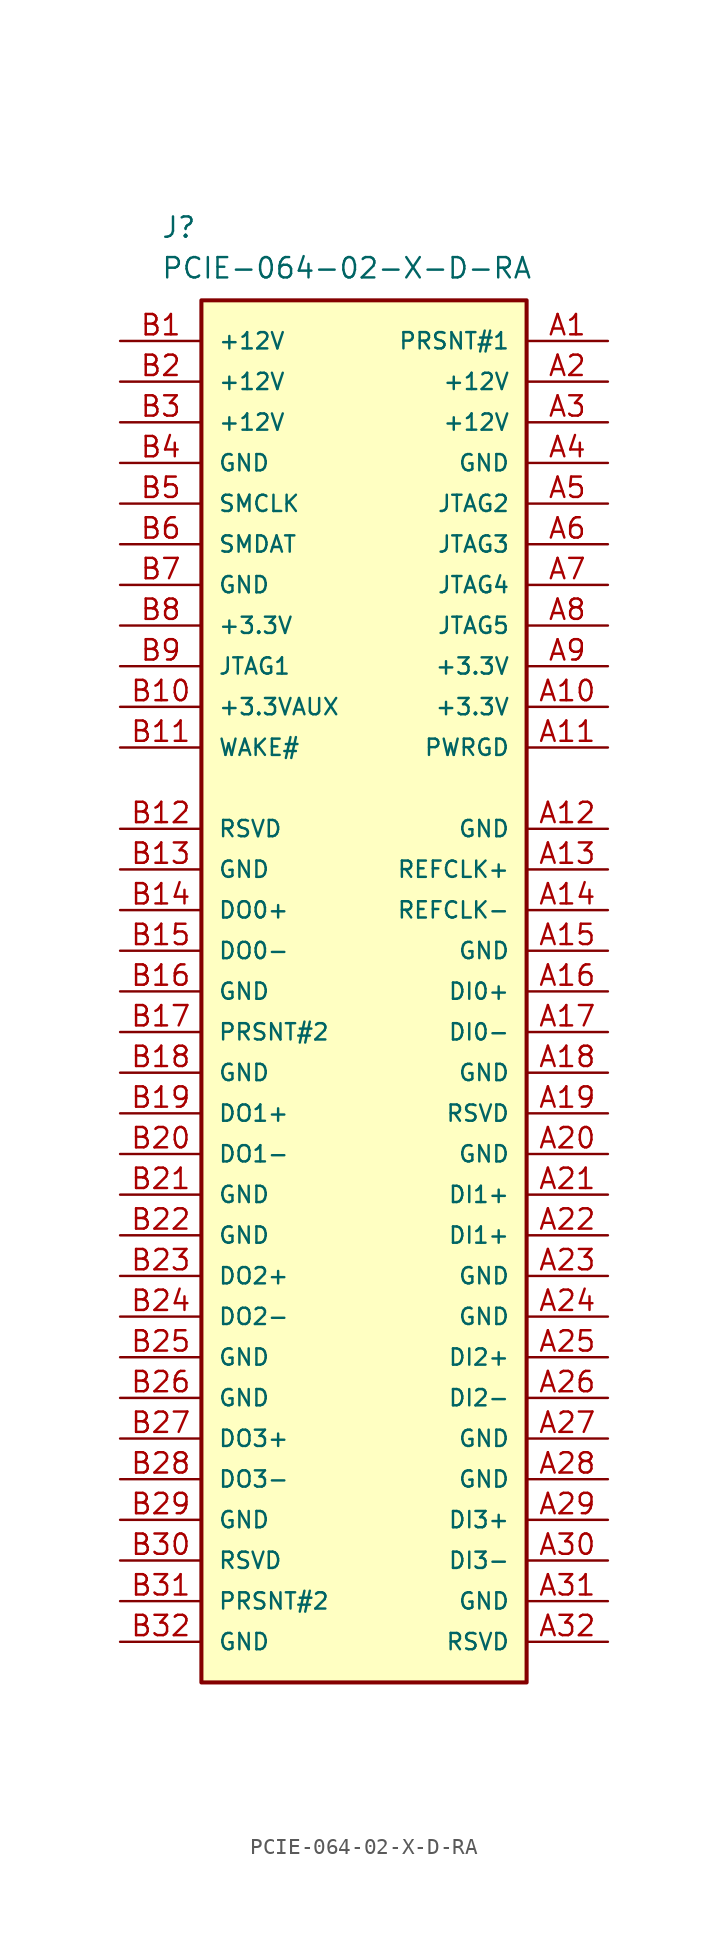
<source format=kicad_sym>
(kicad_symbol_lib
  (version 20220914)
  (generator kicad_symbol_editor)
  (symbol "PCIE-064-02-X-D-RA"
    (pin_names
      (offset 1.016))
    (property "Reference" "J"
      (at -12.7 49.53 0)
      (effects (font (size 1.27 1.27)) (justify left bottom)))
    (property "Value" "PCIE-064-02-X-D-RA"
      (at -12.7 46.99 0)
      (effects (font (size 1.27 1.27)) (justify left bottom)))
    (symbol "PCIE-064-02-X-D-RA_0_0"
      (rectangle (start -10.16 45.72) (end 10.16 -40.64) (stroke (width 0.254) (type default)) (fill (type background))))
    (symbol "PCIE-064-02-X-D-RA_1_1"
      (pin input line (at 15.24 43.18 180) (length 5.08) (name "PRSNT#1" (effects (font (size 1.016 1.016)))) (number "A1" (effects (font (size 1.27 1.27)))))
      (pin input line (at 15.24 20.32 180) (length 5.08) (name "+3.3V" (effects (font (size 1.016 1.016)))) (number "A10" (effects (font (size 1.27 1.27)))))
      (pin input line (at 15.24 17.78 180) (length 5.08) (name "PWRGD" (effects (font (size 1.016 1.016)))) (number "A11" (effects (font (size 1.27 1.27)))))
      (pin input line (at 15.24 12.7 180) (length 5.08) (name "GND" (effects (font (size 1.016 1.016)))) (number "A12" (effects (font (size 1.27 1.27)))))
      (pin input line (at 15.24 10.16 180) (length 5.08) (name "REFCLK+" (effects (font (size 1.016 1.016)))) (number "A13" (effects (font (size 1.27 1.27)))))
      (pin input line (at 15.24 7.62 180) (length 5.08) (name "REFCLK-" (effects (font (size 1.016 1.016)))) (number "A14" (effects (font (size 1.27 1.27)))))
      (pin input line (at 15.24 5.08 180) (length 5.08) (name "GND" (effects (font (size 1.016 1.016)))) (number "A15" (effects (font (size 1.27 1.27)))))
      (pin input line (at 15.24 2.54 180) (length 5.08) (name "DI0+" (effects (font (size 1.016 1.016)))) (number "A16" (effects (font (size 1.27 1.27)))))
      (pin input line (at 15.24 0 180) (length 5.08) (name "DI0-" (effects (font (size 1.016 1.016)))) (number "A17" (effects (font (size 1.27 1.27)))))
      (pin input line (at 15.24 -2.54 180) (length 5.08) (name "GND" (effects (font (size 1.016 1.016)))) (number "A18" (effects (font (size 1.27 1.27)))))
      (pin input line (at 15.24 -5.08 180) (length 5.08) (name "RSVD" (effects (font (size 1.016 1.016)))) (number "A19" (effects (font (size 1.27 1.27)))))
      (pin input line (at 15.24 40.64 180) (length 5.08) (name "+12V" (effects (font (size 1.016 1.016)))) (number "A2" (effects (font (size 1.27 1.27)))))
      (pin input line (at 15.24 -7.62 180) (length 5.08) (name "GND" (effects (font (size 1.016 1.016)))) (number "A20" (effects (font (size 1.27 1.27)))))
      (pin input line (at 15.24 -10.16 180) (length 5.08) (name "DI1+" (effects (font (size 1.016 1.016)))) (number "A21" (effects (font (size 1.27 1.27)))))
      (pin input line (at 15.24 -12.7 180) (length 5.08) (name "DI1+" (effects (font (size 1.016 1.016)))) (number "A22" (effects (font (size 1.27 1.27)))))
      (pin input line (at 15.24 -15.24 180) (length 5.08) (name "GND" (effects (font (size 1.016 1.016)))) (number "A23" (effects (font (size 1.27 1.27)))))
      (pin input line (at 15.24 -17.78 180) (length 5.08) (name "GND" (effects (font (size 1.016 1.016)))) (number "A24" (effects (font (size 1.27 1.27)))))
      (pin input line (at 15.24 -20.32 180) (length 5.08) (name "DI2+" (effects (font (size 1.016 1.016)))) (number "A25" (effects (font (size 1.27 1.27)))))
      (pin input line (at 15.24 -22.86 180) (length 5.08) (name "DI2-" (effects (font (size 1.016 1.016)))) (number "A26" (effects (font (size 1.27 1.27)))))
      (pin input line (at 15.24 -25.4 180) (length 5.08) (name "GND" (effects (font (size 1.016 1.016)))) (number "A27" (effects (font (size 1.27 1.27)))))
      (pin input line (at 15.24 -27.94 180) (length 5.08) (name "GND" (effects (font (size 1.016 1.016)))) (number "A28" (effects (font (size 1.27 1.27)))))
      (pin input line (at 15.24 -30.48 180) (length 5.08) (name "DI3+" (effects (font (size 1.016 1.016)))) (number "A29" (effects (font (size 1.27 1.27)))))
      (pin input line (at 15.24 38.1 180) (length 5.08) (name "+12V" (effects (font (size 1.016 1.016)))) (number "A3" (effects (font (size 1.27 1.27)))))
      (pin input line (at 15.24 -33.02 180) (length 5.08) (name "DI3-" (effects (font (size 1.016 1.016)))) (number "A30" (effects (font (size 1.27 1.27)))))
      (pin input line (at 15.24 -35.56 180) (length 5.08) (name "GND" (effects (font (size 1.016 1.016)))) (number "A31" (effects (font (size 1.27 1.27)))))
      (pin input line (at 15.24 -38.1 180) (length 5.08) (name "RSVD" (effects (font (size 1.016 1.016)))) (number "A32" (effects (font (size 1.27 1.27)))))
      (pin input line (at 15.24 35.56 180) (length 5.08) (name "GND" (effects (font (size 1.016 1.016)))) (number "A4" (effects (font (size 1.27 1.27)))))
      (pin input line (at 15.24 33.02 180) (length 5.08) (name "JTAG2" (effects (font (size 1.016 1.016)))) (number "A5" (effects (font (size 1.27 1.27)))))
      (pin input line (at 15.24 30.48 180) (length 5.08) (name "JTAG3" (effects (font (size 1.016 1.016)))) (number "A6" (effects (font (size 1.27 1.27)))))
      (pin input line (at 15.24 27.94 180) (length 5.08) (name "JTAG4" (effects (font (size 1.016 1.016)))) (number "A7" (effects (font (size 1.27 1.27)))))
      (pin input line (at 15.24 25.4 180) (length 5.08) (name "JTAG5" (effects (font (size 1.016 1.016)))) (number "A8" (effects (font (size 1.27 1.27)))))
      (pin input line (at 15.24 22.86 180) (length 5.08) (name "+3.3V" (effects (font (size 1.016 1.016)))) (number "A9" (effects (font (size 1.27 1.27)))))
      (pin input line (at -15.24 43.18 0) (length 5.08) (name "+12V" (effects (font (size 1.016 1.016)))) (number "B1" (effects (font (size 1.27 1.27)))))
      (pin input line (at -15.24 20.32 0) (length 5.08) (name "+3.3VAUX" (effects (font (size 1.016 1.016)))) (number "B10" (effects (font (size 1.27 1.27)))))
      (pin input line (at -15.24 17.78 0) (length 5.08) (name "WAKE#" (effects (font (size 1.016 1.016)))) (number "B11" (effects (font (size 1.27 1.27)))))
      (pin input line (at -15.24 12.7 0) (length 5.08) (name "RSVD" (effects (font (size 1.016 1.016)))) (number "B12" (effects (font (size 1.27 1.27)))))
      (pin input line (at -15.24 10.16 0) (length 5.08) (name "GND" (effects (font (size 1.016 1.016)))) (number "B13" (effects (font (size 1.27 1.27)))))
      (pin input line (at -15.24 7.62 0) (length 5.08) (name "DO0+" (effects (font (size 1.016 1.016)))) (number "B14" (effects (font (size 1.27 1.27)))))
      (pin input line (at -15.24 5.08 0) (length 5.08) (name "DO0-" (effects (font (size 1.016 1.016)))) (number "B15" (effects (font (size 1.27 1.27)))))
      (pin input line (at -15.24 2.54 0) (length 5.08) (name "GND" (effects (font (size 1.016 1.016)))) (number "B16" (effects (font (size 1.27 1.27)))))
      (pin input line (at -15.24 0 0) (length 5.08) (name "PRSNT#2" (effects (font (size 1.016 1.016)))) (number "B17" (effects (font (size 1.27 1.27)))))
      (pin input line (at -15.24 -2.54 0) (length 5.08) (name "GND" (effects (font (size 1.016 1.016)))) (number "B18" (effects (font (size 1.27 1.27)))))
      (pin input line (at -15.24 -5.08 0) (length 5.08) (name "DO1+" (effects (font (size 1.016 1.016)))) (number "B19" (effects (font (size 1.27 1.27)))))
      (pin input line (at -15.24 40.64 0) (length 5.08) (name "+12V" (effects (font (size 1.016 1.016)))) (number "B2" (effects (font (size 1.27 1.27)))))
      (pin input line (at -15.24 -7.62 0) (length 5.08) (name "DO1-" (effects (font (size 1.016 1.016)))) (number "B20" (effects (font (size 1.27 1.27)))))
      (pin input line (at -15.24 -10.16 0) (length 5.08) (name "GND" (effects (font (size 1.016 1.016)))) (number "B21" (effects (font (size 1.27 1.27)))))
      (pin input line (at -15.24 -12.7 0) (length 5.08) (name "GND" (effects (font (size 1.016 1.016)))) (number "B22" (effects (font (size 1.27 1.27)))))
      (pin input line (at -15.24 -15.24 0) (length 5.08) (name "DO2+" (effects (font (size 1.016 1.016)))) (number "B23" (effects (font (size 1.27 1.27)))))
      (pin input line (at -15.24 -17.78 0) (length 5.08) (name "DO2-" (effects (font (size 1.016 1.016)))) (number "B24" (effects (font (size 1.27 1.27)))))
      (pin input line (at -15.24 -20.32 0) (length 5.08) (name "GND" (effects (font (size 1.016 1.016)))) (number "B25" (effects (font (size 1.27 1.27)))))
      (pin input line (at -15.24 -22.86 0) (length 5.08) (name "GND" (effects (font (size 1.016 1.016)))) (number "B26" (effects (font (size 1.27 1.27)))))
      (pin input line (at -15.24 -25.4 0) (length 5.08) (name "DO3+" (effects (font (size 1.016 1.016)))) (number "B27" (effects (font (size 1.27 1.27)))))
      (pin input line (at -15.24 -27.94 0) (length 5.08) (name "DO3-" (effects (font (size 1.016 1.016)))) (number "B28" (effects (font (size 1.27 1.27)))))
      (pin input line (at -15.24 -30.48 0) (length 5.08) (name "GND" (effects (font (size 1.016 1.016)))) (number "B29" (effects (font (size 1.27 1.27)))))
      (pin input line (at -15.24 38.1 0) (length 5.08) (name "+12V" (effects (font (size 1.016 1.016)))) (number "B3" (effects (font (size 1.27 1.27)))))
      (pin input line (at -15.24 -33.02 0) (length 5.08) (name "RSVD" (effects (font (size 1.016 1.016)))) (number "B30" (effects (font (size 1.27 1.27)))))
      (pin input line (at -15.24 -35.56 0) (length 5.08) (name "PRSNT#2" (effects (font (size 1.016 1.016)))) (number "B31" (effects (font (size 1.27 1.27)))))
      (pin input line (at -15.24 -38.1 0) (length 5.08) (name "GND" (effects (font (size 1.016 1.016)))) (number "B32" (effects (font (size 1.27 1.27)))))
      (pin input line (at -15.24 35.56 0) (length 5.08) (name "GND" (effects (font (size 1.016 1.016)))) (number "B4" (effects (font (size 1.27 1.27)))))
      (pin input line (at -15.24 33.02 0) (length 5.08) (name "SMCLK" (effects (font (size 1.016 1.016)))) (number "B5" (effects (font (size 1.27 1.27)))))
      (pin input line (at -15.24 30.48 0) (length 5.08) (name "SMDAT" (effects (font (size 1.016 1.016)))) (number "B6" (effects (font (size 1.27 1.27)))))
      (pin input line (at -15.24 27.94 0) (length 5.08) (name "GND" (effects (font (size 1.016 1.016)))) (number "B7" (effects (font (size 1.27 1.27)))))
      (pin input line (at -15.24 25.4 0) (length 5.08) (name "+3.3V" (effects (font (size 1.016 1.016)))) (number "B8" (effects (font (size 1.27 1.27)))))
      (pin input line (at -15.24 22.86 0) (length 5.08) (name "JTAG1" (effects (font (size 1.016 1.016)))) (number "B9" (effects (font (size 1.27 1.27))))))))
</source>
